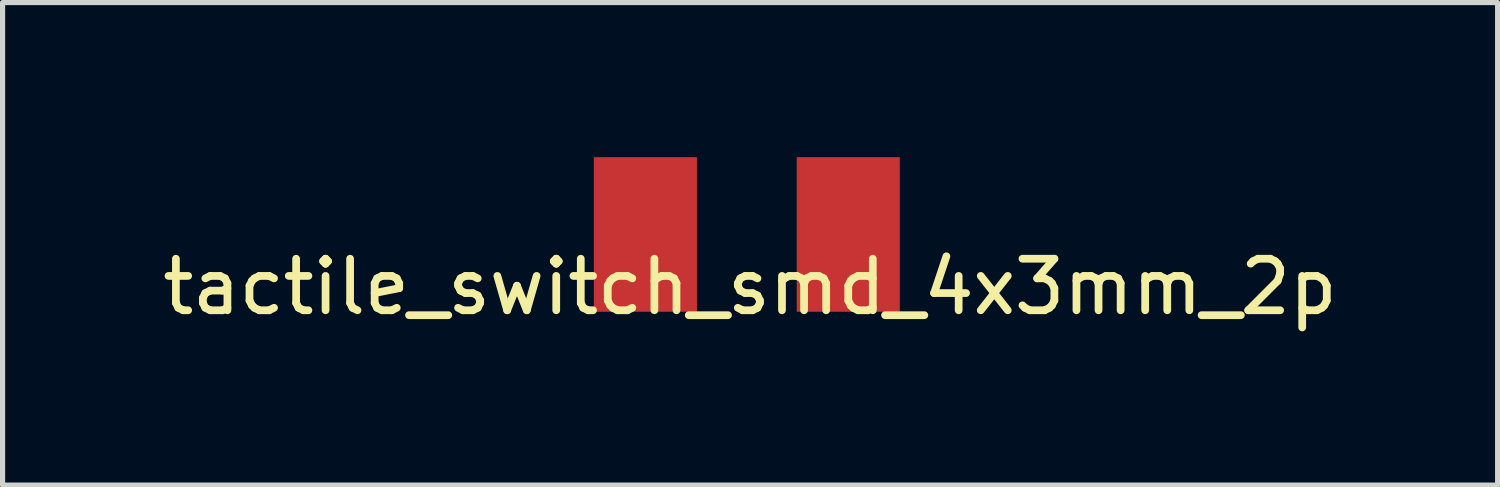
<source format=kicad_pcb>
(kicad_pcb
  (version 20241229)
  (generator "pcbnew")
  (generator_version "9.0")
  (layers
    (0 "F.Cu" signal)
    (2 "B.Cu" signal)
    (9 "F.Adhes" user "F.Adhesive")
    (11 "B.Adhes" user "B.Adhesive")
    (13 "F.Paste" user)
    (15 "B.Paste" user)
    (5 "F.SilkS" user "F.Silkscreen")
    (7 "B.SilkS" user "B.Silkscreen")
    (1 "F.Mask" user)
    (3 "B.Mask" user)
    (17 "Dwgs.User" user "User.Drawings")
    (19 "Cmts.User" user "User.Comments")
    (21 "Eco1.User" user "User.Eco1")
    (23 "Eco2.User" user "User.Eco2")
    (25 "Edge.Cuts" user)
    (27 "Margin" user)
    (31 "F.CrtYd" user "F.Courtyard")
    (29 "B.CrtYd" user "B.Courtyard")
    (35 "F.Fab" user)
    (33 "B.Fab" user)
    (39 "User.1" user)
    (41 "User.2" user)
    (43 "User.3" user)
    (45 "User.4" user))
  (footprint "tactile_switch_smd_4x3mm_2p"
    (layer "F.Cu")
    (at 11.506 1.5)
    (property "Reference" "tactile_switch_smd_4x3mm_2p" (at 0 1.016 0) (layer "F.SilkS") (effects (font (size 1 1) (thickness 0.15))))
    (attr through_hole)
    (pad "1" smd rect (at -2.032 0) (size 2 3) (layers "F.Cu" "F.Mask" "F.Paste"))
    (pad "2" smd rect (at 1.905 0) (size 2 3) (layers "F.Cu" "F.Mask" "F.Paste")))
  (gr_rect
    (start -3 -3)
    (end 26.012 6.364)
    (stroke (width 0.1) (type default))
    (fill no)
    (layer "Edge.Cuts")))
</source>
